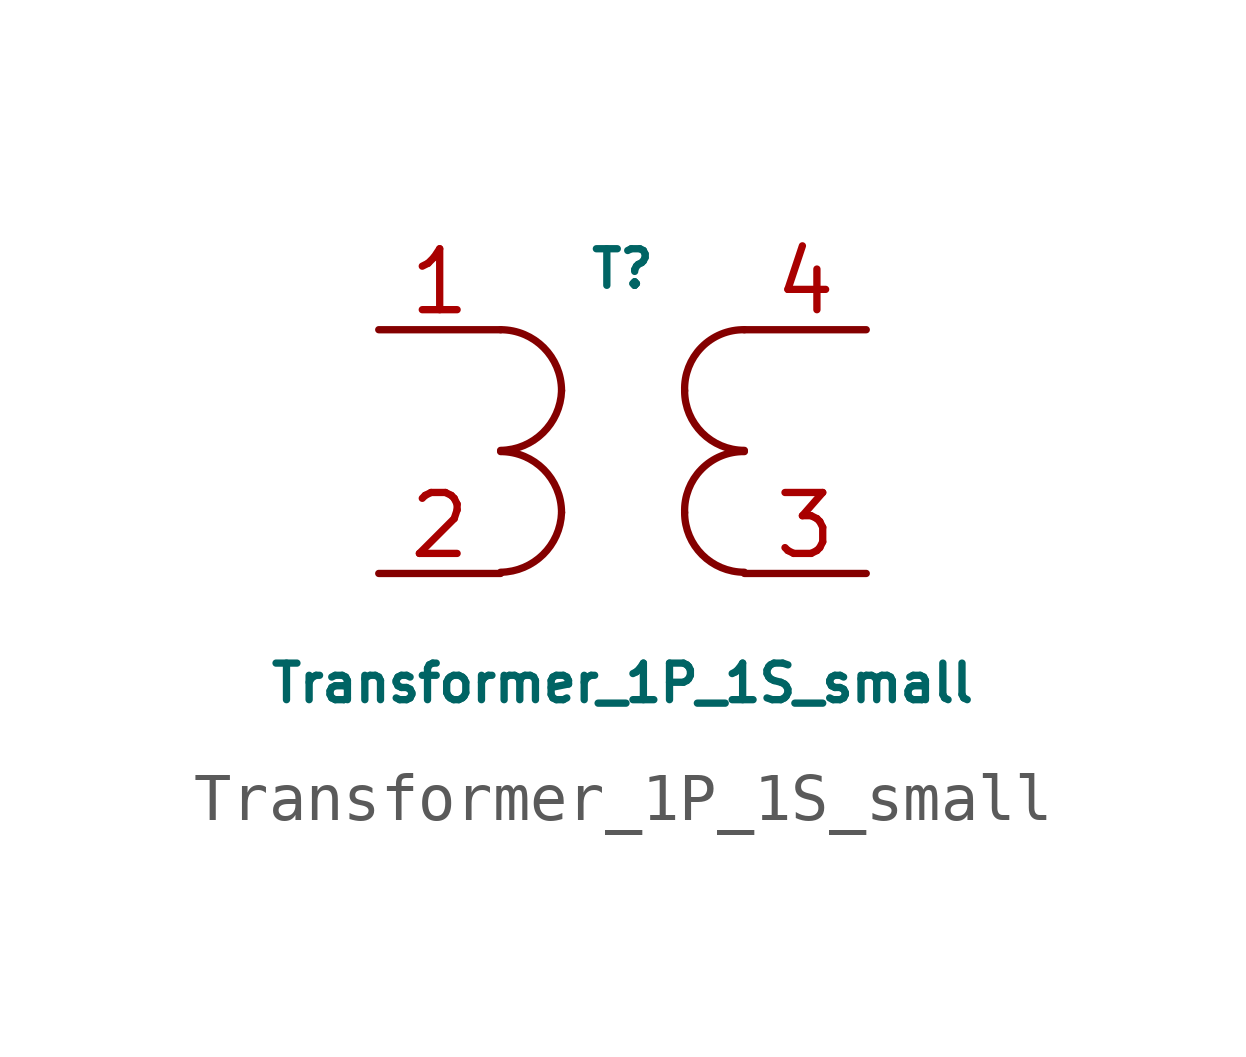
<source format=kicad_sym>
(kicad_symbol_lib
  (version 20241209)
  (generator "kicad_symbol_editor")
  (generator_version "9.0")
  (symbol "Transformer_1P_1S_small"
    (pin_names
      (offset 1.016)
      (hide yes))
    (property "Reference" "T"
      (at 0 6.35 0)
      (effects (font (size 0.762 0.762))))
    (property "Value" "Transformer_1P_1S_small"
      (at 0 -2.286 0)
      (effects (font (size 0.762 0.762))))
    (symbol "Transformer_1P_1S_small_0_1"
      (arc (start -1.27 3.81) (mid -1.656 2.9336) (end -2.54 2.5654) (stroke (width 0) (type default)) (fill (type none)))
      (arc (start -1.27 1.27) (mid -1.656 0.3936) (end -2.54 0.0254) (stroke (width 0) (type default)) (fill (type none)))
      (arc (start -2.54 5.08) (mid -1.642 4.708) (end -1.27 3.81) (stroke (width 0) (type default)) (fill (type none)))
      (arc (start -2.54 2.54) (mid -1.642 2.168) (end -1.27 1.27) (stroke (width 0) (type default)) (fill (type none)))
      (arc (start 1.2954 3.81) (mid 1.6457 4.7117) (end 2.54 5.08) (stroke (width 0) (type default)) (fill (type none)))
      (arc (start 1.2954 1.27) (mid 1.6457 2.1717) (end 2.54 2.54) (stroke (width 0) (type default)) (fill (type none)))
      (arc (start 2.54 2.5654) (mid 1.6599 2.9299) (end 1.2954 3.81) (stroke (width 0) (type default)) (fill (type none)))
      (arc (start 2.54 0.0254) (mid 1.6599 0.3899) (end 1.2954 1.27) (stroke (width 0) (type default)) (fill (type none))))
    (symbol "Transformer_1P_1S_small_1_1"
      (pin passive line (at -5.08 5.08 0) (length 2.54) (name "AA" (effects (font (size 1.27 1.27)))) (number "1" (effects (font (size 1.27 1.27)))))
      (pin passive line (at -5.08 0 0) (length 2.54) (name "AB" (effects (font (size 1.27 1.27)))) (number "2" (effects (font (size 1.27 1.27)))))
      (pin passive line (at 5.08 5.08 180) (length 2.54) (name "SB" (effects (font (size 1.27 1.27)))) (number "4" (effects (font (size 1.27 1.27)))))
      (pin passive line (at 5.08 0 180) (length 2.54) (name "SA" (effects (font (size 1.27 1.27)))) (number "3" (effects (font (size 1.27 1.27))))))))
</source>
